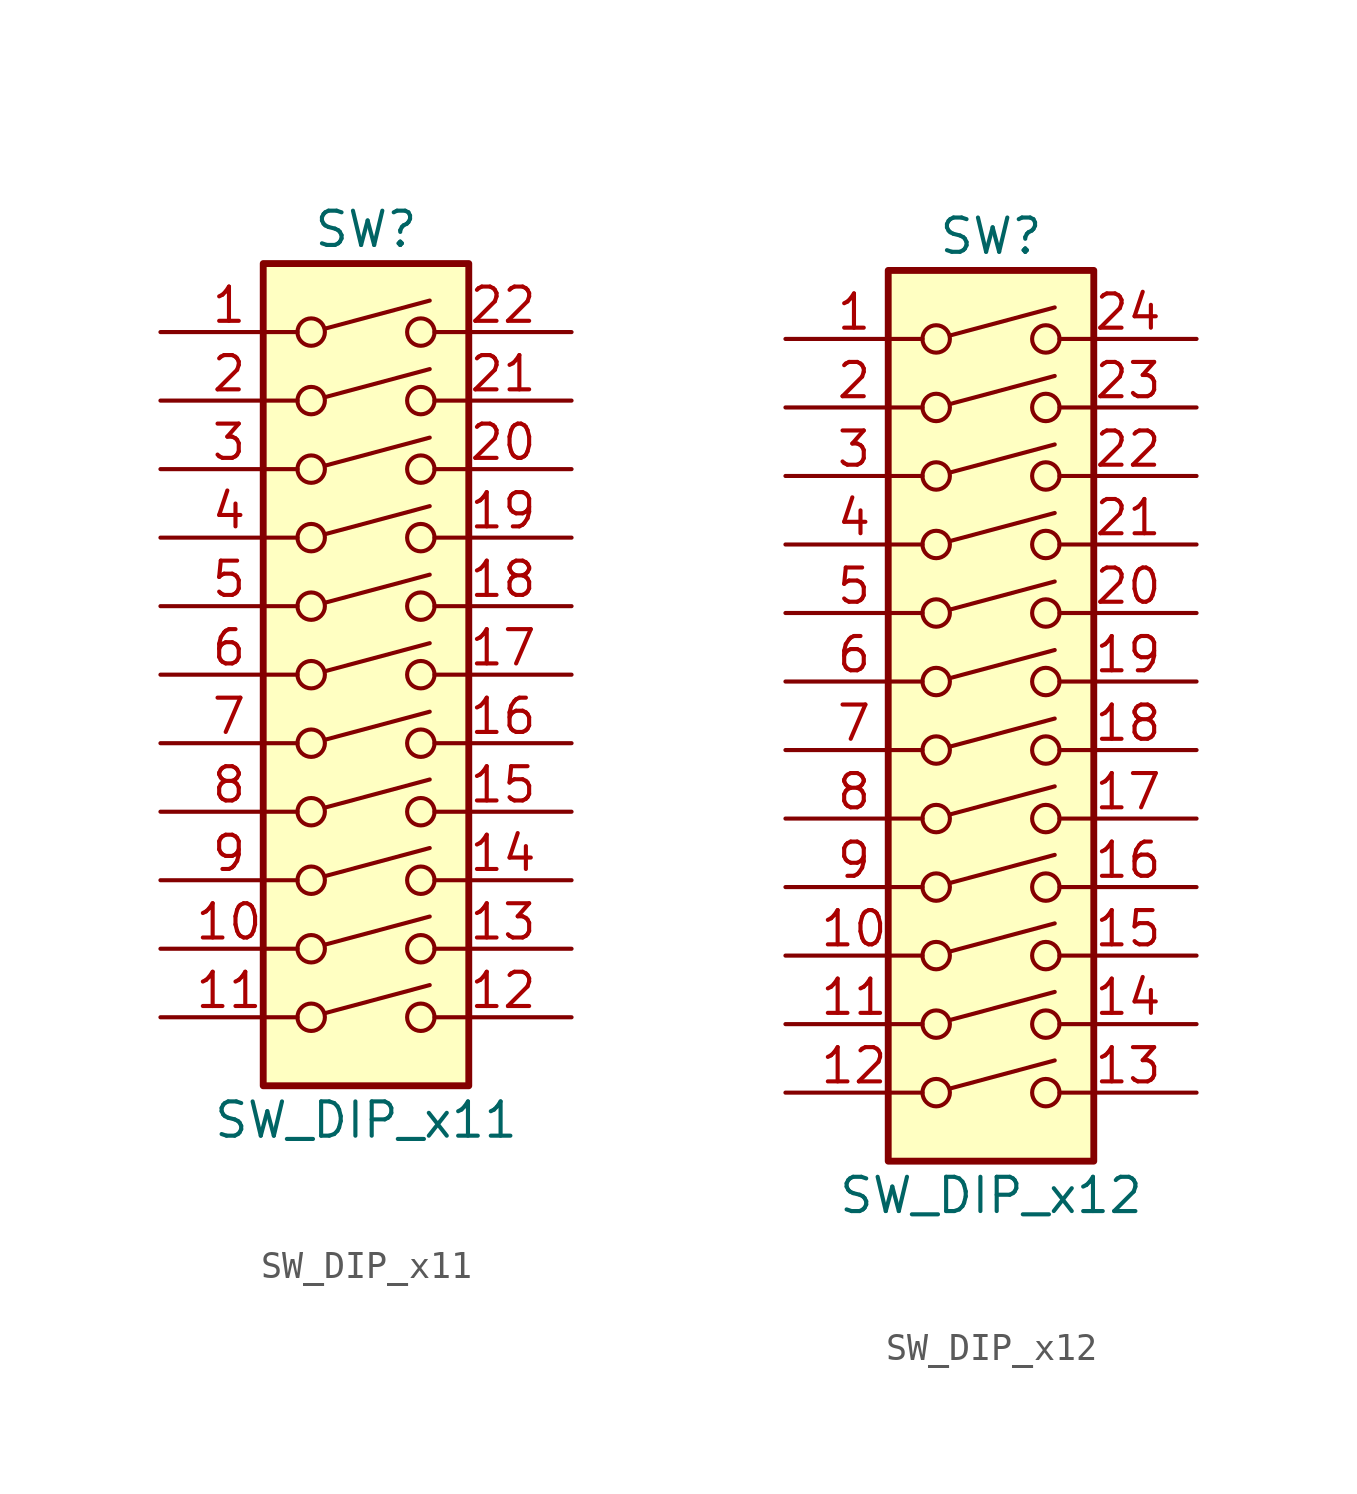
<source format=kicad_sym>
(kicad_symbol_lib
  (version 20241209)
  (generator "kicad_symbol_editor")
  (generator_version "9.0")
  (symbol "SW_DIP_x11"
    (pin_names
      (offset 0)
      (hide yes))
    (property "Reference" "SW"
      (at 0 16.51 0)
      (effects (font (size 1.27 1.27))))
    (property "Value" "SW_DIP_x11"
      (at 0 -16.51 0)
      (effects (font (size 1.27 1.27))))
    (symbol "SW_DIP_x11_0_0"
      (circle (center -2.032 12.7) (radius 0.508) (stroke (width 0) (type default)) (fill (type none)))
      (circle (center -2.032 10.16) (radius 0.508) (stroke (width 0) (type default)) (fill (type none)))
      (circle (center -2.032 7.62) (radius 0.508) (stroke (width 0) (type default)) (fill (type none)))
      (circle (center -2.032 5.08) (radius 0.508) (stroke (width 0) (type default)) (fill (type none)))
      (circle (center -2.032 2.54) (radius 0.508) (stroke (width 0) (type default)) (fill (type none)))
      (circle (center -2.032 0) (radius 0.508) (stroke (width 0) (type default)) (fill (type none)))
      (circle (center -2.032 -2.54) (radius 0.508) (stroke (width 0) (type default)) (fill (type none)))
      (circle (center -2.032 -5.08) (radius 0.508) (stroke (width 0) (type default)) (fill (type none)))
      (circle (center -2.032 -7.62) (radius 0.508) (stroke (width 0) (type default)) (fill (type none)))
      (circle (center -2.032 -10.16) (radius 0.508) (stroke (width 0) (type default)) (fill (type none)))
      (circle (center -2.032 -12.7) (radius 0.508) (stroke (width 0) (type default)) (fill (type none)))
      (polyline (pts (xy -1.524 12.827) (xy 2.362 13.868)) (stroke (width 0) (type default)) (fill (type none)))
      (polyline (pts (xy -1.524 10.287) (xy 2.362 11.328)) (stroke (width 0) (type default)) (fill (type none)))
      (polyline (pts (xy -1.524 7.747) (xy 2.362 8.788)) (stroke (width 0) (type default)) (fill (type none)))
      (polyline (pts (xy -1.524 5.207) (xy 2.362 6.248)) (stroke (width 0) (type default)) (fill (type none)))
      (polyline (pts (xy -1.524 2.667) (xy 2.362 3.708)) (stroke (width 0) (type default)) (fill (type none)))
      (polyline (pts (xy -1.524 0.127) (xy 2.362 1.168)) (stroke (width 0) (type default)) (fill (type none)))
      (polyline (pts (xy -1.524 -2.413) (xy 2.362 -1.372)) (stroke (width 0) (type default)) (fill (type none)))
      (polyline (pts (xy -1.524 -4.928) (xy 2.362 -3.886)) (stroke (width 0) (type default)) (fill (type none)))
      (polyline (pts (xy -1.524 -7.468) (xy 2.362 -6.426)) (stroke (width 0) (type default)) (fill (type none)))
      (polyline (pts (xy -1.524 -10.008) (xy 2.362 -8.966)) (stroke (width 0) (type default)) (fill (type none)))
      (polyline (pts (xy -1.524 -12.548) (xy 2.362 -11.506)) (stroke (width 0) (type default)) (fill (type none)))
      (circle (center 2.032 12.7) (radius 0.508) (stroke (width 0) (type default)) (fill (type none)))
      (circle (center 2.032 10.16) (radius 0.508) (stroke (width 0) (type default)) (fill (type none)))
      (circle (center 2.032 7.62) (radius 0.508) (stroke (width 0) (type default)) (fill (type none)))
      (circle (center 2.032 5.08) (radius 0.508) (stroke (width 0) (type default)) (fill (type none)))
      (circle (center 2.032 2.54) (radius 0.508) (stroke (width 0) (type default)) (fill (type none)))
      (circle (center 2.032 0) (radius 0.508) (stroke (width 0) (type default)) (fill (type none)))
      (circle (center 2.032 -2.54) (radius 0.508) (stroke (width 0) (type default)) (fill (type none)))
      (circle (center 2.032 -5.08) (radius 0.508) (stroke (width 0) (type default)) (fill (type none)))
      (circle (center 2.032 -7.62) (radius 0.508) (stroke (width 0) (type default)) (fill (type none)))
      (circle (center 2.032 -10.16) (radius 0.508) (stroke (width 0) (type default)) (fill (type none)))
      (circle (center 2.032 -12.7) (radius 0.508) (stroke (width 0) (type default)) (fill (type none))))
    (symbol "SW_DIP_x11_0_1"
      (rectangle (start -3.81 15.24) (end 3.81 -15.24) (stroke (width 0.254) (type default)) (fill (type background))))
    (symbol "SW_DIP_x11_1_1"
      (pin passive line (at -7.62 12.7 0) (length 5.08) (name "~" (effects (font (size 1.27 1.27)))) (number "1" (effects (font (size 1.27 1.27)))))
      (pin passive line (at -7.62 10.16 0) (length 5.08) (name "~" (effects (font (size 1.27 1.27)))) (number "2" (effects (font (size 1.27 1.27)))))
      (pin passive line (at -7.62 7.62 0) (length 5.08) (name "~" (effects (font (size 1.27 1.27)))) (number "3" (effects (font (size 1.27 1.27)))))
      (pin passive line (at -7.62 5.08 0) (length 5.08) (name "~" (effects (font (size 1.27 1.27)))) (number "4" (effects (font (size 1.27 1.27)))))
      (pin passive line (at -7.62 2.54 0) (length 5.08) (name "~" (effects (font (size 1.27 1.27)))) (number "5" (effects (font (size 1.27 1.27)))))
      (pin passive line (at -7.62 0 0) (length 5.08) (name "~" (effects (font (size 1.27 1.27)))) (number "6" (effects (font (size 1.27 1.27)))))
      (pin passive line (at -7.62 -2.54 0) (length 5.08) (name "~" (effects (font (size 1.27 1.27)))) (number "7" (effects (font (size 1.27 1.27)))))
      (pin passive line (at -7.62 -5.08 0) (length 5.08) (name "~" (effects (font (size 1.27 1.27)))) (number "8" (effects (font (size 1.27 1.27)))))
      (pin passive line (at -7.62 -7.62 0) (length 5.08) (name "~" (effects (font (size 1.27 1.27)))) (number "9" (effects (font (size 1.27 1.27)))))
      (pin passive line (at -7.62 -10.16 0) (length 5.08) (name "~" (effects (font (size 1.27 1.27)))) (number "10" (effects (font (size 1.27 1.27)))))
      (pin passive line (at -7.62 -12.7 0) (length 5.08) (name "~" (effects (font (size 1.27 1.27)))) (number "11" (effects (font (size 1.27 1.27)))))
      (pin passive line (at 7.62 12.7 180) (length 5.08) (name "~" (effects (font (size 1.27 1.27)))) (number "22" (effects (font (size 1.27 1.27)))))
      (pin passive line (at 7.62 10.16 180) (length 5.08) (name "~" (effects (font (size 1.27 1.27)))) (number "21" (effects (font (size 1.27 1.27)))))
      (pin passive line (at 7.62 7.62 180) (length 5.08) (name "~" (effects (font (size 1.27 1.27)))) (number "20" (effects (font (size 1.27 1.27)))))
      (pin passive line (at 7.62 5.08 180) (length 5.08) (name "~" (effects (font (size 1.27 1.27)))) (number "19" (effects (font (size 1.27 1.27)))))
      (pin passive line (at 7.62 2.54 180) (length 5.08) (name "~" (effects (font (size 1.27 1.27)))) (number "18" (effects (font (size 1.27 1.27)))))
      (pin passive line (at 7.62 0 180) (length 5.08) (name "~" (effects (font (size 1.27 1.27)))) (number "17" (effects (font (size 1.27 1.27)))))
      (pin passive line (at 7.62 -2.54 180) (length 5.08) (name "~" (effects (font (size 1.27 1.27)))) (number "16" (effects (font (size 1.27 1.27)))))
      (pin passive line (at 7.62 -5.08 180) (length 5.08) (name "~" (effects (font (size 1.27 1.27)))) (number "15" (effects (font (size 1.27 1.27)))))
      (pin passive line (at 7.62 -7.62 180) (length 5.08) (name "~" (effects (font (size 1.27 1.27)))) (number "14" (effects (font (size 1.27 1.27)))))
      (pin passive line (at 7.62 -10.16 180) (length 5.08) (name "~" (effects (font (size 1.27 1.27)))) (number "13" (effects (font (size 1.27 1.27)))))
      (pin passive line (at 7.62 -12.7 180) (length 5.08) (name "~" (effects (font (size 1.27 1.27)))) (number "12" (effects (font (size 1.27 1.27)))))))
  (symbol "SW_DIP_x12"
    (pin_names
      (offset 0)
      (hide yes))
    (property "Reference" "SW"
      (at 0 19.05 0)
      (effects (font (size 1.27 1.27))))
    (property "Value" "SW_DIP_x12"
      (at 0 -16.51 0)
      (effects (font (size 1.27 1.27))))
    (symbol "SW_DIP_x12_0_0"
      (circle (center -2.032 15.24) (radius 0.508) (stroke (width 0) (type default)) (fill (type none)))
      (circle (center -2.032 12.7) (radius 0.508) (stroke (width 0) (type default)) (fill (type none)))
      (circle (center -2.032 10.16) (radius 0.508) (stroke (width 0) (type default)) (fill (type none)))
      (circle (center -2.032 7.62) (radius 0.508) (stroke (width 0) (type default)) (fill (type none)))
      (circle (center -2.032 5.08) (radius 0.508) (stroke (width 0) (type default)) (fill (type none)))
      (circle (center -2.032 2.54) (radius 0.508) (stroke (width 0) (type default)) (fill (type none)))
      (circle (center -2.032 0) (radius 0.508) (stroke (width 0) (type default)) (fill (type none)))
      (circle (center -2.032 -2.54) (radius 0.508) (stroke (width 0) (type default)) (fill (type none)))
      (circle (center -2.032 -5.08) (radius 0.508) (stroke (width 0) (type default)) (fill (type none)))
      (circle (center -2.032 -7.62) (radius 0.508) (stroke (width 0) (type default)) (fill (type none)))
      (circle (center -2.032 -10.16) (radius 0.508) (stroke (width 0) (type default)) (fill (type none)))
      (circle (center -2.032 -12.7) (radius 0.508) (stroke (width 0) (type default)) (fill (type none)))
      (polyline (pts (xy -1.524 15.367) (xy 2.362 16.408)) (stroke (width 0) (type default)) (fill (type none)))
      (polyline (pts (xy -1.524 12.827) (xy 2.362 13.868)) (stroke (width 0) (type default)) (fill (type none)))
      (polyline (pts (xy -1.524 10.287) (xy 2.362 11.328)) (stroke (width 0) (type default)) (fill (type none)))
      (polyline (pts (xy -1.524 7.747) (xy 2.362 8.788)) (stroke (width 0) (type default)) (fill (type none)))
      (polyline (pts (xy -1.524 5.207) (xy 2.362 6.248)) (stroke (width 0) (type default)) (fill (type none)))
      (polyline (pts (xy -1.524 2.667) (xy 2.362 3.708)) (stroke (width 0) (type default)) (fill (type none)))
      (polyline (pts (xy -1.524 0.127) (xy 2.362 1.168)) (stroke (width 0) (type default)) (fill (type none)))
      (polyline (pts (xy -1.524 -2.388) (xy 2.362 -1.346)) (stroke (width 0) (type default)) (fill (type none)))
      (polyline (pts (xy -1.524 -4.928) (xy 2.362 -3.886)) (stroke (width 0) (type default)) (fill (type none)))
      (polyline (pts (xy -1.524 -7.468) (xy 2.362 -6.426)) (stroke (width 0) (type default)) (fill (type none)))
      (polyline (pts (xy -1.524 -10.008) (xy 2.362 -8.966)) (stroke (width 0) (type default)) (fill (type none)))
      (polyline (pts (xy -1.524 -12.548) (xy 2.362 -11.506)) (stroke (width 0) (type default)) (fill (type none)))
      (circle (center 2.032 15.24) (radius 0.508) (stroke (width 0) (type default)) (fill (type none)))
      (circle (center 2.032 12.7) (radius 0.508) (stroke (width 0) (type default)) (fill (type none)))
      (circle (center 2.032 10.16) (radius 0.508) (stroke (width 0) (type default)) (fill (type none)))
      (circle (center 2.032 7.62) (radius 0.508) (stroke (width 0) (type default)) (fill (type none)))
      (circle (center 2.032 5.08) (radius 0.508) (stroke (width 0) (type default)) (fill (type none)))
      (circle (center 2.032 2.54) (radius 0.508) (stroke (width 0) (type default)) (fill (type none)))
      (circle (center 2.032 0) (radius 0.508) (stroke (width 0) (type default)) (fill (type none)))
      (circle (center 2.032 -2.54) (radius 0.508) (stroke (width 0) (type default)) (fill (type none)))
      (circle (center 2.032 -5.08) (radius 0.508) (stroke (width 0) (type default)) (fill (type none)))
      (circle (center 2.032 -7.62) (radius 0.508) (stroke (width 0) (type default)) (fill (type none)))
      (circle (center 2.032 -10.16) (radius 0.508) (stroke (width 0) (type default)) (fill (type none)))
      (circle (center 2.032 -12.7) (radius 0.508) (stroke (width 0) (type default)) (fill (type none))))
    (symbol "SW_DIP_x12_1_1"
      (rectangle (start -3.81 17.78) (end 3.81 -15.24) (stroke (width 0.254) (type default)) (fill (type background)))
      (pin passive line (at -7.62 15.24 0) (length 5.08) (name "~" (effects (font (size 1.27 1.27)))) (number "1" (effects (font (size 1.27 1.27)))))
      (pin passive line (at -7.62 12.7 0) (length 5.08) (name "~" (effects (font (size 1.27 1.27)))) (number "2" (effects (font (size 1.27 1.27)))))
      (pin passive line (at -7.62 10.16 0) (length 5.08) (name "~" (effects (font (size 1.27 1.27)))) (number "3" (effects (font (size 1.27 1.27)))))
      (pin passive line (at -7.62 7.62 0) (length 5.08) (name "~" (effects (font (size 1.27 1.27)))) (number "4" (effects (font (size 1.27 1.27)))))
      (pin passive line (at -7.62 5.08 0) (length 5.08) (name "~" (effects (font (size 1.27 1.27)))) (number "5" (effects (font (size 1.27 1.27)))))
      (pin passive line (at -7.62 2.54 0) (length 5.08) (name "~" (effects (font (size 1.27 1.27)))) (number "6" (effects (font (size 1.27 1.27)))))
      (pin passive line (at -7.62 0 0) (length 5.08) (name "~" (effects (font (size 1.27 1.27)))) (number "7" (effects (font (size 1.27 1.27)))))
      (pin passive line (at -7.62 -2.54 0) (length 5.08) (name "~" (effects (font (size 1.27 1.27)))) (number "8" (effects (font (size 1.27 1.27)))))
      (pin passive line (at -7.62 -5.08 0) (length 5.08) (name "~" (effects (font (size 1.27 1.27)))) (number "9" (effects (font (size 1.27 1.27)))))
      (pin passive line (at -7.62 -7.62 0) (length 5.08) (name "~" (effects (font (size 1.27 1.27)))) (number "10" (effects (font (size 1.27 1.27)))))
      (pin passive line (at -7.62 -10.16 0) (length 5.08) (name "~" (effects (font (size 1.27 1.27)))) (number "11" (effects (font (size 1.27 1.27)))))
      (pin passive line (at -7.62 -12.7 0) (length 5.08) (name "~" (effects (font (size 1.27 1.27)))) (number "12" (effects (font (size 1.27 1.27)))))
      (pin passive line (at 7.62 15.24 180) (length 5.08) (name "~" (effects (font (size 1.27 1.27)))) (number "24" (effects (font (size 1.27 1.27)))))
      (pin passive line (at 7.62 12.7 180) (length 5.08) (name "~" (effects (font (size 1.27 1.27)))) (number "23" (effects (font (size 1.27 1.27)))))
      (pin passive line (at 7.62 10.16 180) (length 5.08) (name "~" (effects (font (size 1.27 1.27)))) (number "22" (effects (font (size 1.27 1.27)))))
      (pin passive line (at 7.62 7.62 180) (length 5.08) (name "~" (effects (font (size 1.27 1.27)))) (number "21" (effects (font (size 1.27 1.27)))))
      (pin passive line (at 7.62 5.08 180) (length 5.08) (name "~" (effects (font (size 1.27 1.27)))) (number "20" (effects (font (size 1.27 1.27)))))
      (pin passive line (at 7.62 2.54 180) (length 5.08) (name "~" (effects (font (size 1.27 1.27)))) (number "19" (effects (font (size 1.27 1.27)))))
      (pin passive line (at 7.62 0 180) (length 5.08) (name "~" (effects (font (size 1.27 1.27)))) (number "18" (effects (font (size 1.27 1.27)))))
      (pin passive line (at 7.62 -2.54 180) (length 5.08) (name "~" (effects (font (size 1.27 1.27)))) (number "17" (effects (font (size 1.27 1.27)))))
      (pin passive line (at 7.62 -5.08 180) (length 5.08) (name "~" (effects (font (size 1.27 1.27)))) (number "16" (effects (font (size 1.27 1.27)))))
      (pin passive line (at 7.62 -7.62 180) (length 5.08) (name "~" (effects (font (size 1.27 1.27)))) (number "15" (effects (font (size 1.27 1.27)))))
      (pin passive line (at 7.62 -10.16 180) (length 5.08) (name "~" (effects (font (size 1.27 1.27)))) (number "14" (effects (font (size 1.27 1.27)))))
      (pin passive line (at 7.62 -12.7 180) (length 5.08) (name "~" (effects (font (size 1.27 1.27)))) (number "13" (effects (font (size 1.27 1.27))))))))
</source>
